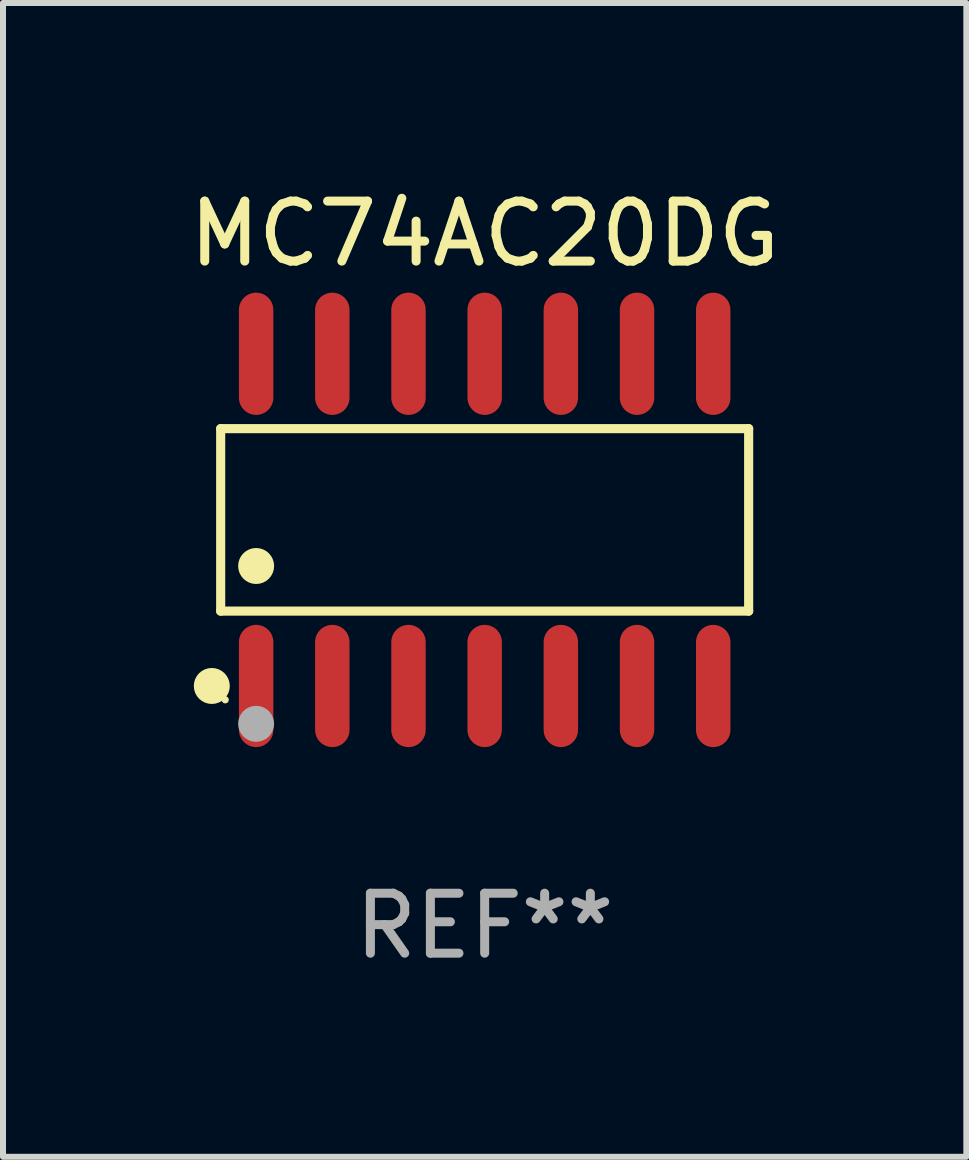
<source format=kicad_pcb>
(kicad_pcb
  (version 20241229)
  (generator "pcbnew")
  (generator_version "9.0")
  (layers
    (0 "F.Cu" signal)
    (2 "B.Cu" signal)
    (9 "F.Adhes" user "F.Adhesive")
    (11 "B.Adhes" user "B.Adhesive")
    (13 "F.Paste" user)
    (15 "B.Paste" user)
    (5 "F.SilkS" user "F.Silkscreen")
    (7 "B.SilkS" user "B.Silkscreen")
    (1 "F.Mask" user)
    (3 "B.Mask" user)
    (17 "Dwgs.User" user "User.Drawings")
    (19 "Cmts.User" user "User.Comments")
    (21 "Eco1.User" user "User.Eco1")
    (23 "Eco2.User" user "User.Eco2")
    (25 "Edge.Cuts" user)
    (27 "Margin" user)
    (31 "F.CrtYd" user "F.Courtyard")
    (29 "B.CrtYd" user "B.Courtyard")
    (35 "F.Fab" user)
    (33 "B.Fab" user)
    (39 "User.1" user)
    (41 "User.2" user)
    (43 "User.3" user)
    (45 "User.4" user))
  (footprint "MC74AC20DG"
    (layer "F.Cu")
    (at 5.03 5.617)
    (property "Reference" "MC74AC20DG" (at 0 -4.769 0) (layer "F.SilkS") (effects (font (size 1 1) (thickness 0.15))))
    (attr through_hole)
    (fp_line (start -4.401 -1.521) (end 4.401 -1.521) (stroke (width 0.152) (type solid)) (layer "F.SilkS"))
    (fp_line (start -4.401 1.521) (end -4.401 -1.521) (stroke (width 0.152) (type solid)) (layer "F.SilkS"))
    (fp_line (start 4.401 -1.521) (end 4.401 1.521) (stroke (width 0.152) (type solid)) (layer "F.SilkS"))
    (fp_line (start 4.401 1.521) (end -4.401 1.521) (stroke (width 0.152) (type solid)) (layer "F.SilkS"))
    (fp_circle (center -4.549 2.769) (end -4.399 2.769) (stroke (width 0.3) (type solid)) (fill no) (layer "F.SilkS"))
    (fp_circle (center -4.325 3) (end -4.295 3) (stroke (width 0.06) (type solid)) (fill no) (layer "F.SilkS"))
    (fp_circle (center -3.81 0.769) (end -3.66 0.769) (stroke (width 0.3) (type solid)) (fill no) (layer "F.SilkS"))
    (fp_circle (center -3.81 3.4) (end -3.66 3.4) (stroke (width 0.3) (type solid)) (fill no) (layer "F.Fab"))
    (fp_text user "REF**" (at 0 6.769 0) (layer "F.Fab") (effects (font (size 1 1) (thickness 0.15))))
    (pad "1" smd oval (at -3.81 2.769) (size 0.574 2.038) (layers "F.Cu" "F.Mask" "F.Paste"))
    (pad "2" smd oval (at -2.54 2.769) (size 0.574 2.038) (layers "F.Cu" "F.Mask" "F.Paste"))
    (pad "3" smd oval (at -1.27 2.769) (size 0.574 2.038) (layers "F.Cu" "F.Mask" "F.Paste"))
    (pad "4" smd oval (at 0 2.769) (size 0.574 2.038) (layers "F.Cu" "F.Mask" "F.Paste"))
    (pad "5" smd oval (at 1.27 2.769) (size 0.574 2.038) (layers "F.Cu" "F.Mask" "F.Paste"))
    (pad "6" smd oval (at 2.54 2.769) (size 0.574 2.038) (layers "F.Cu" "F.Mask" "F.Paste"))
    (pad "7" smd oval (at 3.81 2.769) (size 0.574 2.038) (layers "F.Cu" "F.Mask" "F.Paste"))
    (pad "8" smd oval (at 3.81 -2.769) (size 0.574 2.038) (layers "F.Cu" "F.Mask" "F.Paste"))
    (pad "9" smd oval (at 2.54 -2.769) (size 0.574 2.038) (layers "F.Cu" "F.Mask" "F.Paste"))
    (pad "10" smd oval (at 1.27 -2.769) (size 0.574 2.038) (layers "F.Cu" "F.Mask" "F.Paste"))
    (pad "11" smd oval (at 0 -2.769) (size 0.574 2.038) (layers "F.Cu" "F.Mask" "F.Paste"))
    (pad "12" smd oval (at -1.27 -2.769) (size 0.574 2.038) (layers "F.Cu" "F.Mask" "F.Paste"))
    (pad "13" smd oval (at -2.54 -2.769) (size 0.574 2.038) (layers "F.Cu" "F.Mask" "F.Paste"))
    (pad "14" smd oval (at -3.81 -2.769) (size 0.574 2.038) (layers "F.Cu" "F.Mask" "F.Paste")))
  (gr_rect
    (start -3 -3)
    (end 13.06 16.235)
    (stroke (width 0.1) (type default))
    (fill no)
    (layer "Edge.Cuts")))
</source>
